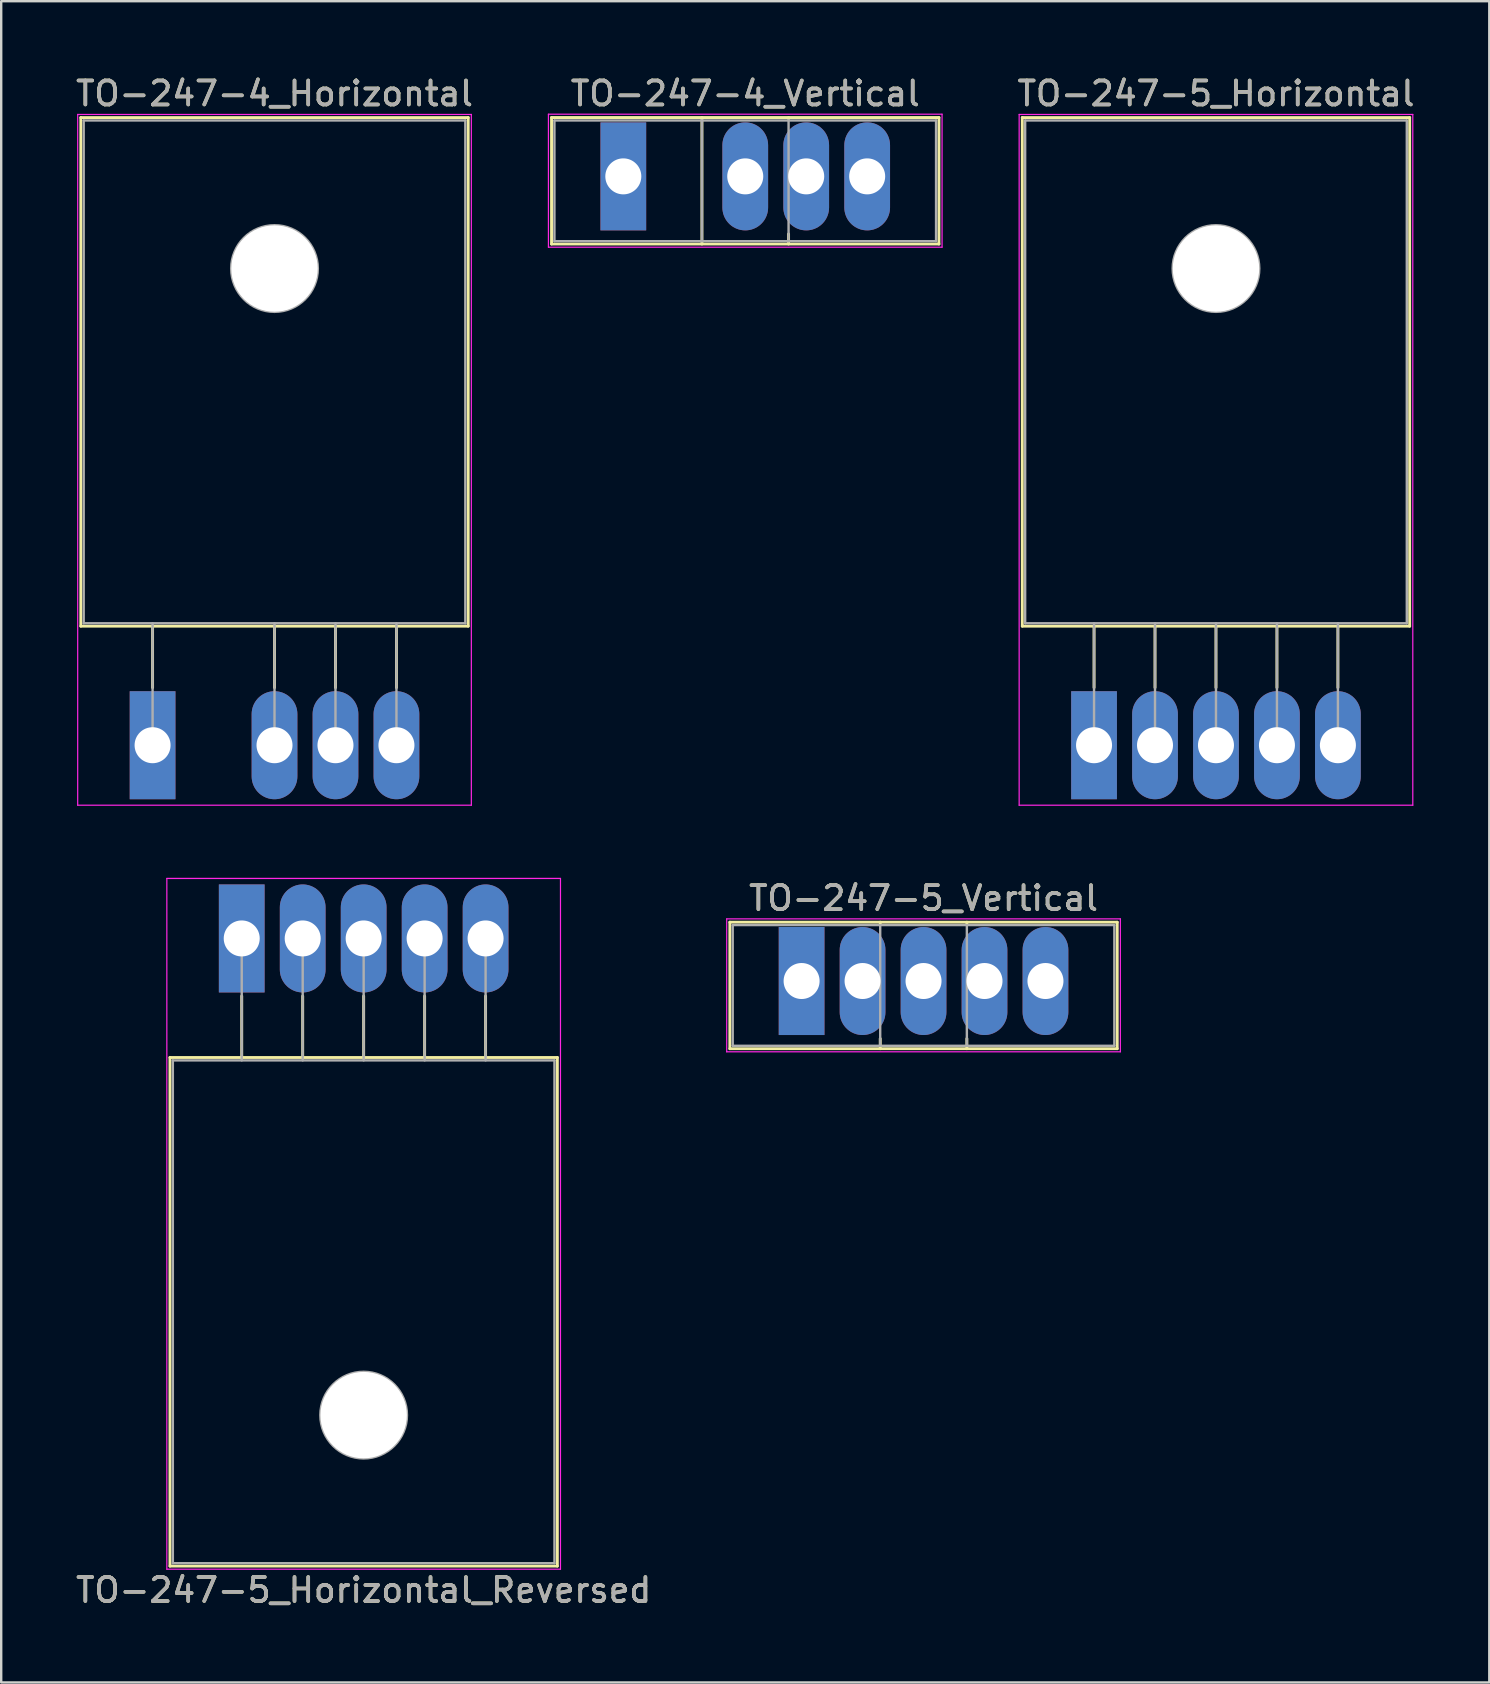
<source format=kicad_pcb>
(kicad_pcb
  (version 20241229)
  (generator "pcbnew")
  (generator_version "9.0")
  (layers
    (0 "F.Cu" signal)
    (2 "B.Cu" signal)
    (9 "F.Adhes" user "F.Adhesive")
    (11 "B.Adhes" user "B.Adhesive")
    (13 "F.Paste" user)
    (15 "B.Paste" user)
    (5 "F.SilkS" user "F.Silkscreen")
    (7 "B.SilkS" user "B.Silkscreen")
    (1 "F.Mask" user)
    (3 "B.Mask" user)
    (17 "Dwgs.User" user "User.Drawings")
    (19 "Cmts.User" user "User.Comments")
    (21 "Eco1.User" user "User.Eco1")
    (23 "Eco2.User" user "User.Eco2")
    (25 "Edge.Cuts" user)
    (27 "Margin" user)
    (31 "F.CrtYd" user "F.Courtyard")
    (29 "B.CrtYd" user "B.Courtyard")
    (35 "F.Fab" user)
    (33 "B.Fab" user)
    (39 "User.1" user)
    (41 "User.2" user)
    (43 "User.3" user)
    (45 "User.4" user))
  (footprint "TO-247-4_Vertical"
    (layer "F.Cu")
    (at 22.919 4.298)
    (property "Reference" "TO-247-4_Vertical" (at 5.08 -3.45 0) (layer "F.SilkS") (effects (font (size 1 1) (thickness 0.15))))
    (attr through_hole)
    (fp_line (start -2.99 -2.451) (end -2.99 2.82) (stroke (width 0.12) (type solid)) (layer "F.SilkS"))
    (fp_line (start -2.99 -2.451) (end 13.15 -2.451) (stroke (width 0.12) (type solid)) (layer "F.SilkS"))
    (fp_line (start -2.99 2.82) (end 13.15 2.82) (stroke (width 0.12) (type solid)) (layer "F.SilkS"))
    (fp_line (start 3.276 -2.451) (end 3.276 2.82) (stroke (width 0.12) (type solid)) (layer "F.SilkS"))
    (fp_line (start 6.885 -2.451) (end 6.885 -2.4) (stroke (width 0.12) (type solid)) (layer "F.SilkS"))
    (fp_line (start 6.885 2.4) (end 6.885 2.82) (stroke (width 0.12) (type solid)) (layer "F.SilkS"))
    (fp_line (start 13.15 -2.451) (end 13.15 2.82) (stroke (width 0.12) (type solid)) (layer "F.SilkS"))
    (fp_line (start -3.12 -2.59) (end -3.12 2.95) (stroke (width 0.05) (type solid)) (layer "F.CrtYd"))
    (fp_line (start -3.12 2.95) (end 13.28 2.95) (stroke (width 0.05) (type solid)) (layer "F.CrtYd"))
    (fp_line (start 13.28 -2.59) (end -3.12 -2.59) (stroke (width 0.05) (type solid)) (layer "F.CrtYd"))
    (fp_line (start 13.28 2.95) (end 13.28 -2.59) (stroke (width 0.05) (type solid)) (layer "F.CrtYd"))
    (fp_line (start -2.87 -2.33) (end -2.87 2.7) (stroke (width 0.1) (type solid)) (layer "F.Fab"))
    (fp_line (start -2.87 2.7) (end 13.03 2.7) (stroke (width 0.1) (type solid)) (layer "F.Fab"))
    (fp_line (start 3.275 -2.33) (end 3.275 2.7) (stroke (width 0.1) (type solid)) (layer "F.Fab"))
    (fp_line (start 6.885 -2.33) (end 6.885 2.7) (stroke (width 0.1) (type solid)) (layer "F.Fab"))
    (fp_line (start 13.03 -2.33) (end -2.87 -2.33) (stroke (width 0.1) (type solid)) (layer "F.Fab"))
    (fp_line (start 13.03 2.7) (end 13.03 -2.33) (stroke (width 0.1) (type solid)) (layer "F.Fab"))
    (fp_text user "${REFERENCE}" (at 5.08 -3.45 0) (layer "F.Fab") (effects (font (size 1 1) (thickness 0.15))))
    (pad "1" thru_hole rect (at 0 0) (size 1.905 4.5) (drill 1.5) (layers "*.Cu" "*.Mask"))
    (pad "2" thru_hole oval (at 5.08 0) (size 1.905 4.5) (drill 1.5) (layers "*.Cu" "*.Mask"))
    (pad "3" thru_hole oval (at 7.62 0) (size 1.905 4.5) (drill 1.5) (layers "*.Cu" "*.Mask"))
    (pad "4" thru_hole oval (at 10.16 0) (size 1.905 4.5) (drill 1.5) (layers "*.Cu" "*.Mask")))
  (footprint "TO-247-4_Horizontal"
    (layer "F.Cu")
    (at 3.307 27.998)
    (property "Reference" "TO-247-4_Horizontal" (at 5.08 -27.15 0) (layer "F.SilkS") (effects (font (size 1 1) (thickness 0.15))))
    (attr through_hole)
    (fp_line (start -2.99 -26.15) (end -2.99 -4.96) (stroke (width 0.12) (type solid)) (layer "F.SilkS"))
    (fp_line (start -2.99 -26.15) (end 13.15 -26.15) (stroke (width 0.12) (type solid)) (layer "F.SilkS"))
    (fp_line (start -2.99 -4.96) (end 13.15 -4.96) (stroke (width 0.12) (type solid)) (layer "F.SilkS"))
    (fp_line (start 0 -4.96) (end 0 -2.4) (stroke (width 0.12) (type solid)) (layer "F.SilkS"))
    (fp_line (start 5.08 -4.96) (end 5.08 -2.4) (stroke (width 0.12) (type solid)) (layer "F.SilkS"))
    (fp_line (start 7.62 -4.96) (end 7.62 -2.4) (stroke (width 0.12) (type solid)) (layer "F.SilkS"))
    (fp_line (start 10.16 -4.96) (end 10.16 -2.4) (stroke (width 0.12) (type solid)) (layer "F.SilkS"))
    (fp_line (start 13.15 -26.15) (end 13.15 -4.96) (stroke (width 0.12) (type solid)) (layer "F.SilkS"))
    (fp_line (start -3.12 -26.28) (end -3.12 2.5) (stroke (width 0.05) (type solid)) (layer "F.CrtYd"))
    (fp_line (start -3.12 2.5) (end 13.28 2.5) (stroke (width 0.05) (type solid)) (layer "F.CrtYd"))
    (fp_line (start 13.28 -26.28) (end -3.12 -26.28) (stroke (width 0.05) (type solid)) (layer "F.CrtYd"))
    (fp_line (start 13.28 2.5) (end 13.28 -26.28) (stroke (width 0.05) (type solid)) (layer "F.CrtYd"))
    (fp_line (start -2.87 -26.03) (end 13.03 -26.03) (stroke (width 0.1) (type solid)) (layer "F.Fab"))
    (fp_line (start -2.87 -5.08) (end -2.87 -26.03) (stroke (width 0.1) (type solid)) (layer "F.Fab"))
    (fp_line (start 0 -5.08) (end 0 0) (stroke (width 0.1) (type solid)) (layer "F.Fab"))
    (fp_line (start 5.08 -5.08) (end 5.08 0) (stroke (width 0.1) (type solid)) (layer "F.Fab"))
    (fp_line (start 7.62 -5.08) (end 7.62 0) (stroke (width 0.1) (type solid)) (layer "F.Fab"))
    (fp_line (start 10.16 -5.08) (end 10.16 0) (stroke (width 0.1) (type solid)) (layer "F.Fab"))
    (fp_line (start 13.03 -26.03) (end 13.03 -5.08) (stroke (width 0.1) (type solid)) (layer "F.Fab"))
    (fp_line (start 13.03 -5.08) (end -2.87 -5.08) (stroke (width 0.1) (type solid)) (layer "F.Fab"))
    (fp_circle (center 5.08 -19.86) (end 6.885 -19.86) (stroke (width 0.1) (type solid)) (fill no) (layer "F.Fab"))
    (fp_text user "${REFERENCE}" (at 5.08 -27.15 0) (layer "F.Fab") (effects (font (size 1 1) (thickness 0.15))))
    (pad "" np_thru_hole oval (at 5.08 -19.86) (size 3.6 3.6) (drill 3.6) (layers "*.Cu" "*.Mask"))
    (pad "1" thru_hole rect (at 0 0) (size 1.905 4.5) (drill 1.5) (layers "*.Cu" "*.Mask"))
    (pad "2" thru_hole oval (at 5.08 0) (size 1.905 4.5) (drill 1.5) (layers "*.Cu" "*.Mask"))
    (pad "3" thru_hole oval (at 7.62 0) (size 1.905 4.5) (drill 1.5) (layers "*.Cu" "*.Mask"))
    (pad "4" thru_hole oval (at 10.16 0) (size 1.905 4.5) (drill 1.5) (layers "*.Cu" "*.Mask")))
  (footprint "TO-247-5_Horizontal_Reversed"
    (layer "F.Cu")
    (at 7.021 36.048)
    (property "Reference" "TO-247-5_Horizontal_Reversed" (at 5.08 27.15 0) (layer "F.SilkS") (effects (font (size 1 1) (thickness 0.15))))
    (attr through_hole)
    (fp_line (start -2.99 4.96) (end -2.99 26.15) (stroke (width 0.12) (type solid)) (layer "F.SilkS"))
    (fp_line (start -2.99 4.96) (end 13.15 4.96) (stroke (width 0.12) (type solid)) (layer "F.SilkS"))
    (fp_line (start -2.99 26.15) (end 13.15 26.15) (stroke (width 0.12) (type solid)) (layer "F.SilkS"))
    (fp_line (start 0 2.4) (end 0 4.96) (stroke (width 0.12) (type solid)) (layer "F.SilkS"))
    (fp_line (start 2.54 2.4) (end 2.54 4.96) (stroke (width 0.12) (type solid)) (layer "F.SilkS"))
    (fp_line (start 5.08 2.4) (end 5.08 4.96) (stroke (width 0.12) (type solid)) (layer "F.SilkS"))
    (fp_line (start 7.62 2.4) (end 7.62 4.96) (stroke (width 0.12) (type solid)) (layer "F.SilkS"))
    (fp_line (start 10.16 2.4) (end 10.16 4.96) (stroke (width 0.12) (type solid)) (layer "F.SilkS"))
    (fp_line (start 13.15 4.96) (end 13.15 26.15) (stroke (width 0.12) (type solid)) (layer "F.SilkS"))
    (fp_line (start -3.12 -2.5) (end -3.12 26.28) (stroke (width 0.05) (type solid)) (layer "F.CrtYd"))
    (fp_line (start -3.12 26.28) (end 13.28 26.28) (stroke (width 0.05) (type solid)) (layer "F.CrtYd"))
    (fp_line (start 13.28 -2.5) (end -3.12 -2.5) (stroke (width 0.05) (type solid)) (layer "F.CrtYd"))
    (fp_line (start 13.28 26.28) (end 13.28 -2.5) (stroke (width 0.05) (type solid)) (layer "F.CrtYd"))
    (fp_line (start -2.87 5.08) (end -2.87 26.03) (stroke (width 0.1) (type solid)) (layer "F.Fab"))
    (fp_line (start -2.87 26.03) (end 13.03 26.03) (stroke (width 0.1) (type solid)) (layer "F.Fab"))
    (fp_line (start 0 5.08) (end 0 0) (stroke (width 0.1) (type solid)) (layer "F.Fab"))
    (fp_line (start 2.54 5.08) (end 2.54 0) (stroke (width 0.1) (type solid)) (layer "F.Fab"))
    (fp_line (start 5.08 5.08) (end 5.08 0) (stroke (width 0.1) (type solid)) (layer "F.Fab"))
    (fp_line (start 7.62 5.08) (end 7.62 0) (stroke (width 0.1) (type solid)) (layer "F.Fab"))
    (fp_line (start 10.16 5.08) (end 10.16 0) (stroke (width 0.1) (type solid)) (layer "F.Fab"))
    (fp_line (start 13.03 5.08) (end -2.87 5.08) (stroke (width 0.1) (type solid)) (layer "F.Fab"))
    (fp_line (start 13.03 26.03) (end 13.03 5.08) (stroke (width 0.1) (type solid)) (layer "F.Fab"))
    (fp_circle (center 5.08 19.86) (end 6.885 19.86) (stroke (width 0.1) (type solid)) (fill no) (layer "F.Fab"))
    (fp_text user "${REFERENCE}" (at 5.08 27.15 0) (layer "F.Fab") (effects (font (size 1 1) (thickness 0.15))))
    (pad "" np_thru_hole oval (at 5.08 19.86) (size 3.6 3.6) (drill 3.6) (layers "*.Cu" "*.Mask"))
    (pad "1" thru_hole rect (at 0 0) (size 1.905 4.5) (drill 1.5) (layers "*.Cu" "*.Mask"))
    (pad "2" thru_hole oval (at 2.54 0) (size 1.905 4.5) (drill 1.5) (layers "*.Cu" "*.Mask"))
    (pad "3" thru_hole oval (at 5.08 0) (size 1.905 4.5) (drill 1.5) (layers "*.Cu" "*.Mask"))
    (pad "4" thru_hole oval (at 7.62 0) (size 1.905 4.5) (drill 1.5) (layers "*.Cu" "*.Mask"))
    (pad "5" thru_hole oval (at 10.16 0) (size 1.905 4.5) (drill 1.5) (layers "*.Cu" "*.Mask")))
  (footprint "TO-247-5_Horizontal"
    (layer "F.Cu")
    (at 42.531 27.998)
    (property "Reference" "TO-247-5_Horizontal" (at 5.08 -27.15 0) (layer "F.SilkS") (effects (font (size 1 1) (thickness 0.15))))
    (attr through_hole)
    (fp_line (start -2.99 -26.15) (end -2.99 -4.96) (stroke (width 0.12) (type solid)) (layer "F.SilkS"))
    (fp_line (start -2.99 -26.15) (end 13.15 -26.15) (stroke (width 0.12) (type solid)) (layer "F.SilkS"))
    (fp_line (start -2.99 -4.96) (end 13.15 -4.96) (stroke (width 0.12) (type solid)) (layer "F.SilkS"))
    (fp_line (start 0 -4.96) (end 0 -2.4) (stroke (width 0.12) (type solid)) (layer "F.SilkS"))
    (fp_line (start 2.54 -4.96) (end 2.54 -2.4) (stroke (width 0.12) (type solid)) (layer "F.SilkS"))
    (fp_line (start 5.08 -4.96) (end 5.08 -2.4) (stroke (width 0.12) (type solid)) (layer "F.SilkS"))
    (fp_line (start 7.62 -4.96) (end 7.62 -2.4) (stroke (width 0.12) (type solid)) (layer "F.SilkS"))
    (fp_line (start 10.16 -4.96) (end 10.16 -2.4) (stroke (width 0.12) (type solid)) (layer "F.SilkS"))
    (fp_line (start 13.15 -26.15) (end 13.15 -4.96) (stroke (width 0.12) (type solid)) (layer "F.SilkS"))
    (fp_line (start -3.12 -26.28) (end -3.12 2.5) (stroke (width 0.05) (type solid)) (layer "F.CrtYd"))
    (fp_line (start -3.12 2.5) (end 13.28 2.5) (stroke (width 0.05) (type solid)) (layer "F.CrtYd"))
    (fp_line (start 13.28 -26.28) (end -3.12 -26.28) (stroke (width 0.05) (type solid)) (layer "F.CrtYd"))
    (fp_line (start 13.28 2.5) (end 13.28 -26.28) (stroke (width 0.05) (type solid)) (layer "F.CrtYd"))
    (fp_line (start -2.87 -26.03) (end 13.03 -26.03) (stroke (width 0.1) (type solid)) (layer "F.Fab"))
    (fp_line (start -2.87 -5.08) (end -2.87 -26.03) (stroke (width 0.1) (type solid)) (layer "F.Fab"))
    (fp_line (start 0 -5.08) (end 0 0) (stroke (width 0.1) (type solid)) (layer "F.Fab"))
    (fp_line (start 2.54 -5.08) (end 2.54 0) (stroke (width 0.1) (type solid)) (layer "F.Fab"))
    (fp_line (start 5.08 -5.08) (end 5.08 0) (stroke (width 0.1) (type solid)) (layer "F.Fab"))
    (fp_line (start 7.62 -5.08) (end 7.62 0) (stroke (width 0.1) (type solid)) (layer "F.Fab"))
    (fp_line (start 10.16 -5.08) (end 10.16 0) (stroke (width 0.1) (type solid)) (layer "F.Fab"))
    (fp_line (start 13.03 -26.03) (end 13.03 -5.08) (stroke (width 0.1) (type solid)) (layer "F.Fab"))
    (fp_line (start 13.03 -5.08) (end -2.87 -5.08) (stroke (width 0.1) (type solid)) (layer "F.Fab"))
    (fp_circle (center 5.08 -19.86) (end 6.885 -19.86) (stroke (width 0.1) (type solid)) (fill no) (layer "F.Fab"))
    (fp_text user "${REFERENCE}" (at 5.08 -27.15 0) (layer "F.Fab") (effects (font (size 1 1) (thickness 0.15))))
    (pad "" np_thru_hole oval (at 5.08 -19.86) (size 3.6 3.6) (drill 3.6) (layers "*.Cu" "*.Mask"))
    (pad "1" thru_hole rect (at 0 0) (size 1.905 4.5) (drill 1.5) (layers "*.Cu" "*.Mask"))
    (pad "2" thru_hole oval (at 2.54 0) (size 1.905 4.5) (drill 1.5) (layers "*.Cu" "*.Mask"))
    (pad "3" thru_hole oval (at 5.08 0) (size 1.905 4.5) (drill 1.5) (layers "*.Cu" "*.Mask"))
    (pad "4" thru_hole oval (at 7.62 0) (size 1.905 4.5) (drill 1.5) (layers "*.Cu" "*.Mask"))
    (pad "5" thru_hole oval (at 10.16 0) (size 1.905 4.5) (drill 1.5) (layers "*.Cu" "*.Mask")))
  (footprint "TO-247-5_Vertical"
    (layer "F.Cu")
    (at 30.347 37.822)
    (property "Reference" "TO-247-5_Vertical" (at 5.08 -3.45 0) (layer "F.SilkS") (effects (font (size 1 1) (thickness 0.15))))
    (attr through_hole)
    (fp_line (start -2.99 -2.451) (end -2.99 2.82) (stroke (width 0.12) (type solid)) (layer "F.SilkS"))
    (fp_line (start -2.99 -2.451) (end 13.15 -2.451) (stroke (width 0.12) (type solid)) (layer "F.SilkS"))
    (fp_line (start -2.99 2.82) (end 13.15 2.82) (stroke (width 0.12) (type solid)) (layer "F.SilkS"))
    (fp_line (start 3.276 -2.451) (end 3.276 -2.4) (stroke (width 0.12) (type solid)) (layer "F.SilkS"))
    (fp_line (start 3.276 2.4) (end 3.276 2.82) (stroke (width 0.12) (type solid)) (layer "F.SilkS"))
    (fp_line (start 6.885 -2.451) (end 6.885 -2.4) (stroke (width 0.12) (type solid)) (layer "F.SilkS"))
    (fp_line (start 6.885 2.4) (end 6.885 2.82) (stroke (width 0.12) (type solid)) (layer "F.SilkS"))
    (fp_line (start 13.15 -2.451) (end 13.15 2.82) (stroke (width 0.12) (type solid)) (layer "F.SilkS"))
    (fp_line (start -3.12 -2.59) (end -3.12 2.95) (stroke (width 0.05) (type solid)) (layer "F.CrtYd"))
    (fp_line (start -3.12 2.95) (end 13.28 2.95) (stroke (width 0.05) (type solid)) (layer "F.CrtYd"))
    (fp_line (start 13.28 -2.59) (end -3.12 -2.59) (stroke (width 0.05) (type solid)) (layer "F.CrtYd"))
    (fp_line (start 13.28 2.95) (end 13.28 -2.59) (stroke (width 0.05) (type solid)) (layer "F.CrtYd"))
    (fp_line (start -2.87 -2.33) (end -2.87 2.7) (stroke (width 0.1) (type solid)) (layer "F.Fab"))
    (fp_line (start -2.87 2.7) (end 13.03 2.7) (stroke (width 0.1) (type solid)) (layer "F.Fab"))
    (fp_line (start 3.275 -2.33) (end 3.275 2.7) (stroke (width 0.1) (type solid)) (layer "F.Fab"))
    (fp_line (start 6.885 -2.33) (end 6.885 2.7) (stroke (width 0.1) (type solid)) (layer "F.Fab"))
    (fp_line (start 13.03 -2.33) (end -2.87 -2.33) (stroke (width 0.1) (type solid)) (layer "F.Fab"))
    (fp_line (start 13.03 2.7) (end 13.03 -2.33) (stroke (width 0.1) (type solid)) (layer "F.Fab"))
    (fp_text user "${REFERENCE}" (at 5.08 -3.45 0) (layer "F.Fab") (effects (font (size 1 1) (thickness 0.15))))
    (pad "1" thru_hole rect (at 0 0) (size 1.905 4.5) (drill 1.5) (layers "*.Cu" "*.Mask"))
    (pad "2" thru_hole oval (at 2.54 0) (size 1.905 4.5) (drill 1.5) (layers "*.Cu" "*.Mask"))
    (pad "3" thru_hole oval (at 5.08 0) (size 1.905 4.5) (drill 1.5) (layers "*.Cu" "*.Mask"))
    (pad "4" thru_hole oval (at 7.62 0) (size 1.905 4.5) (drill 1.5) (layers "*.Cu" "*.Mask"))
    (pad "5" thru_hole oval (at 10.16 0) (size 1.905 4.5) (drill 1.5) (layers "*.Cu" "*.Mask")))
  (gr_rect
    (start -3 -3)
    (end 58.998 67.046)
    (stroke (width 0.1) (type default))
    (fill no)
    (layer "Edge.Cuts")))
</source>
